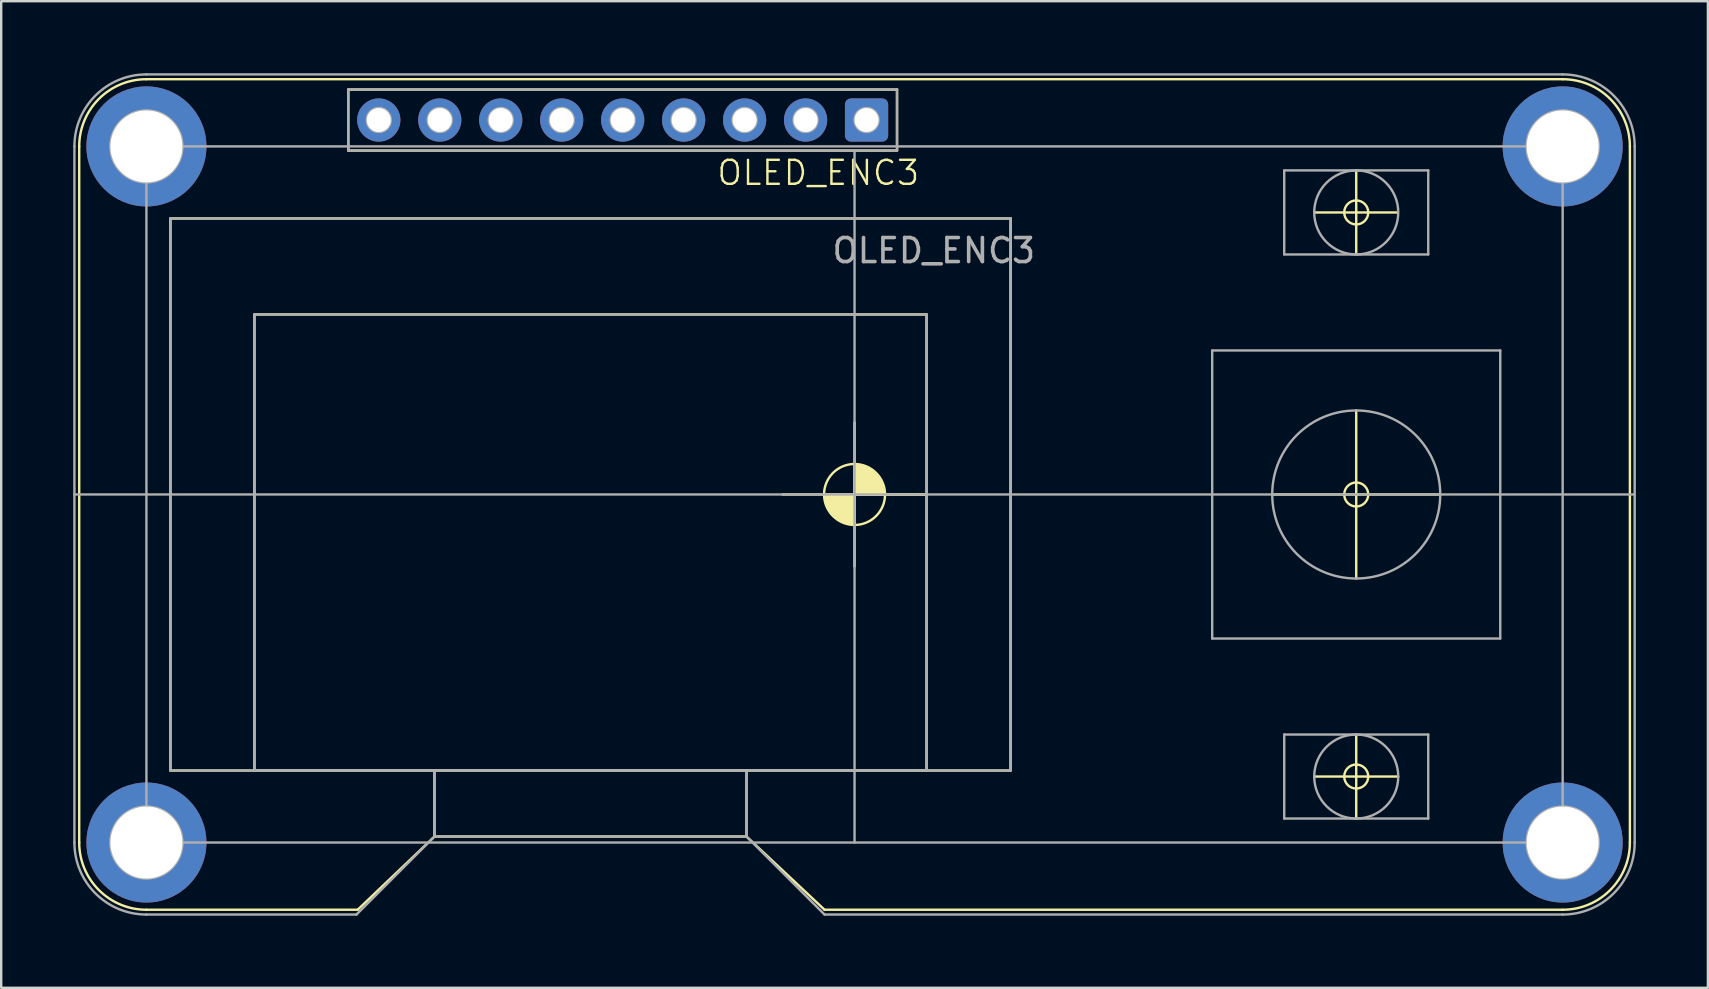
<source format=kicad_pcb>
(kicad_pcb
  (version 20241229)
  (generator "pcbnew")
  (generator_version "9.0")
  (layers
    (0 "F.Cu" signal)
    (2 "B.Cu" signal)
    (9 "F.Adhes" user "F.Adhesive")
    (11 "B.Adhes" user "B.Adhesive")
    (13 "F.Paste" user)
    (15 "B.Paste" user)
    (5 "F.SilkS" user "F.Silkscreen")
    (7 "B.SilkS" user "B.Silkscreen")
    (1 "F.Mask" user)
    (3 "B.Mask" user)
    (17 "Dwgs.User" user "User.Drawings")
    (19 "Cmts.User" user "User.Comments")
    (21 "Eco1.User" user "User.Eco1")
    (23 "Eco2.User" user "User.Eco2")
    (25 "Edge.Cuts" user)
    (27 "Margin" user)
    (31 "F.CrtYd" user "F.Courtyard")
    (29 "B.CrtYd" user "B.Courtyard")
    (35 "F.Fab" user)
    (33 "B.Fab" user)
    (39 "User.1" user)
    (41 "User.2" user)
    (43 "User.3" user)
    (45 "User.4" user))
  (footprint "OLED_ENC3"
    (layer "F.Cu")
    (at 32.55 17.55)
    (property "Reference" "OLED_ENC3" (at -1.51 -13.4 0) (unlocked yes) (layer "F.SilkS") (effects (font (size 1 1) (thickness 0.1))))
    (attr smd)
    (fp_line (start -32.3 -14.5) (end -32.3 14.5) (stroke (width 0.1) (type solid)) (layer "F.SilkS"))
    (fp_line (start -29.5 17.3) (end -20.7 17.3) (stroke (width 0.1) (type solid)) (layer "F.SilkS"))
    (fp_line (start -28.5 -11.5) (end -28.5 11.5) (stroke (width 0.1) (type default)) (layer "F.SilkS"))
    (fp_line (start -28.5 11.5) (end 6.5 11.5) (stroke (width 0.1) (type default)) (layer "F.SilkS"))
    (fp_line (start -25 -7.5) (end -25 11.5) (stroke (width 0.1) (type default)) (layer "F.SilkS"))
    (fp_line (start -25 11.5) (end 3 11.5) (stroke (width 0.1) (type default)) (layer "F.SilkS"))
    (fp_line (start -21.09 -16.87) (end -21.09 -14.33) (stroke (width 0.1) (type default)) (layer "F.SilkS"))
    (fp_line (start -21.09 -14.33) (end 1.27 -14.33) (stroke (width 0.1) (type default)) (layer "F.SilkS"))
    (fp_line (start -20.7 17.3) (end -17.5 14.25) (stroke (width 0.1) (type default)) (layer "F.SilkS"))
    (fp_line (start -17.5 14.25) (end -17.5 11.5) (stroke (width 0.1) (type default)) (layer "F.SilkS"))
    (fp_line (start -17.5 14.25) (end -4.5 14.25) (stroke (width 0.1) (type default)) (layer "F.SilkS"))
    (fp_line (start -4.5 14.25) (end -4.5 11.5) (stroke (width 0.1) (type default)) (layer "F.SilkS"))
    (fp_line (start -4.5 14.25) (end -1.25 17.3) (stroke (width 0.1) (type default)) (layer "F.SilkS"))
    (fp_line (start -1.25 17.3) (end 29.5 17.3) (stroke (width 0.1) (type default)) (layer "F.SilkS"))
    (fp_line (start 0 0) (end -2.997 0) (stroke (width 0.1) (type default)) (layer "F.SilkS"))
    (fp_line (start 0 0) (end 0 -2.997) (stroke (width 0.1) (type default)) (layer "F.SilkS"))
    (fp_line (start 0 0) (end 0 2.997) (stroke (width 0.1) (type default)) (layer "F.SilkS"))
    (fp_line (start 0 0) (end 2.997 0) (stroke (width 0.1) (type default)) (layer "F.SilkS"))
    (fp_line (start 1.77 -16.87) (end -21.09 -16.87) (stroke (width 0.1) (type default)) (layer "F.SilkS"))
    (fp_line (start 1.77 -14.33) (end 1.27 -14.33) (stroke (width 0.1) (type default)) (layer "F.SilkS"))
    (fp_line (start 1.77 -14.33) (end 1.77 -16.87) (stroke (width 0.1) (type default)) (layer "F.SilkS"))
    (fp_line (start 2.997 0) (end 0 0) (stroke (width 0.1) (type default)) (layer "F.SilkS"))
    (fp_line (start 3 -7.5) (end -25 -7.5) (stroke (width 0.1) (type default)) (layer "F.SilkS"))
    (fp_line (start 3 11.5) (end 3 -7.5) (stroke (width 0.1) (type default)) (layer "F.SilkS"))
    (fp_line (start 6.5 -11.5) (end -28.5 -11.5) (stroke (width 0.1) (type default)) (layer "F.SilkS"))
    (fp_line (start 6.5 11.5) (end 6.5 -11.5) (stroke (width 0.1) (type default)) (layer "F.SilkS"))
    (fp_line (start 20.9 -11.75) (end 19.15 -11.75) (stroke (width 0.1) (type default)) (layer "F.SilkS"))
    (fp_line (start 20.9 -11.75) (end 20.9 -13.5) (stroke (width 0.1) (type default)) (layer "F.SilkS"))
    (fp_line (start 20.9 -11.75) (end 20.9 -10) (stroke (width 0.1) (type default)) (layer "F.SilkS"))
    (fp_line (start 20.9 -11.75) (end 22.606 -11.75) (stroke (width 0.1) (type default)) (layer "F.SilkS"))
    (fp_line (start 20.9 0) (end 17.4 0) (stroke (width 0.1) (type default)) (layer "F.SilkS"))
    (fp_line (start 20.9 0) (end 20.9 -3.5) (stroke (width 0.1) (type default)) (layer "F.SilkS"))
    (fp_line (start 20.9 0) (end 20.9 3.5) (stroke (width 0.1) (type default)) (layer "F.SilkS"))
    (fp_line (start 20.9 0) (end 24.4 0) (stroke (width 0.1) (type default)) (layer "F.SilkS"))
    (fp_line (start 20.9 11.75) (end 19.15 11.75) (stroke (width 0.1) (type default)) (layer "F.SilkS"))
    (fp_line (start 20.9 11.75) (end 20.9 10) (stroke (width 0.1) (type default)) (layer "F.SilkS"))
    (fp_line (start 20.9 11.75) (end 20.9 13.5) (stroke (width 0.1) (type default)) (layer "F.SilkS"))
    (fp_line (start 20.9 11.75) (end 22.65 11.75) (stroke (width 0.1) (type default)) (layer "F.SilkS"))
    (fp_line (start 29.5 -17.3) (end -29.5 -17.3) (stroke (width 0.1) (type solid)) (layer "F.SilkS"))
    (fp_line (start 32.3 14.5) (end 32.3 -14.5) (stroke (width 0.1) (type solid)) (layer "F.SilkS"))
    (fp_arc (start -32.3 -14.5) (mid -31.479899 -16.479899) (end -29.5 -17.3) (stroke (width 0.1) (type solid)) (layer "F.SilkS"))
    (fp_arc (start -29.5 17.3) (mid -31.479899 16.479899) (end -32.3 14.5) (stroke (width 0.1) (type solid)) (layer "F.SilkS"))
    (fp_arc (start 29.5 -17.3) (mid 31.479899 -16.479899) (end 32.3 -14.5) (stroke (width 0.1) (type solid)) (layer "F.SilkS"))
    (fp_arc (start 32.3 14.5) (mid 31.479899 16.479899) (end 29.5 17.3) (stroke (width 0.1) (type solid)) (layer "F.SilkS"))
    (fp_circle (center 0 0) (end -1.27 0) (stroke (width 0.1) (type solid)) (fill no) (layer "F.SilkS"))
    (fp_circle (center 20.9 -11.75) (end 21.4 -11.75) (stroke (width 0.1) (type solid)) (fill no) (layer "F.SilkS"))
    (fp_circle (center 20.9 0) (end 21.4 0) (stroke (width 0.1) (type solid)) (fill no) (layer "F.SilkS"))
    (fp_circle (center 20.9 11.75) (end 21.4 11.75) (stroke (width 0.1) (type solid)) (fill no) (layer "F.SilkS"))
    (fp_poly (pts (xy 0 0) (xy 0 -1.27) (xy 0.584 -1.092) (xy 1.092 -0.584) (xy 1.27 0)) (stroke (width 0.1) (type solid)) (fill yes) (layer "F.SilkS"))
    (fp_poly (pts (xy 0 0) (xy 0 1.27) (xy -0.584 1.092) (xy -1.092 0.584) (xy -1.27 0)) (stroke (width 0.1) (type solid)) (fill yes) (layer "F.SilkS"))
    (fp_line (start -32.5 -14.5) (end -32.5 14.5) (stroke (width 0.1) (type solid)) (layer "F.Fab"))
    (fp_line (start -29.5 -14.5) (end -29.5 14.5) (stroke (width 0.1) (type default)) (layer "F.Fab"))
    (fp_line (start -29.5 14.5) (end 29.5 14.5) (stroke (width 0.1) (type default)) (layer "F.Fab"))
    (fp_line (start -29.5 17.5) (end -20.75 17.5) (stroke (width 0.1) (type solid)) (layer "F.Fab"))
    (fp_line (start -28.5 -11.5) (end -28.5 11.5) (stroke (width 0.1) (type default)) (layer "F.Fab"))
    (fp_line (start -28.5 11.5) (end 6.5 11.5) (stroke (width 0.1) (type default)) (layer "F.Fab"))
    (fp_line (start -25 -7.5) (end -25 11.5) (stroke (width 0.1) (type default)) (layer "F.Fab"))
    (fp_line (start -25 11.5) (end 3 11.5) (stroke (width 0.1) (type default)) (layer "F.Fab"))
    (fp_line (start -21.09 -16.87) (end -21.09 -14.33) (stroke (width 0.1) (type default)) (layer "F.Fab"))
    (fp_line (start -21.09 -14.33) (end 1.27 -14.33) (stroke (width 0.1) (type default)) (layer "F.Fab"))
    (fp_line (start -20.75 17.5) (end -17.5 14.25) (stroke (width 0.1) (type default)) (layer "F.Fab"))
    (fp_line (start -17.5 14.25) (end -17.5 11.5) (stroke (width 0.1) (type default)) (layer "F.Fab"))
    (fp_line (start -17.5 14.25) (end -4.5 14.25) (stroke (width 0.1) (type default)) (layer "F.Fab"))
    (fp_line (start -4.5 14.25) (end -4.5 11.5) (stroke (width 0.1) (type default)) (layer "F.Fab"))
    (fp_line (start -4.5 14.25) (end -1.25 17.5) (stroke (width 0.1) (type default)) (layer "F.Fab"))
    (fp_line (start -1.25 17.5) (end 29.5 17.5) (stroke (width 0.1) (type default)) (layer "F.Fab"))
    (fp_line (start 0 -14.33) (end 0 0) (stroke (width 0.1) (type default)) (layer "F.Fab"))
    (fp_line (start 0 0) (end -32.5 0) (stroke (width 0.1) (type default)) (layer "F.Fab"))
    (fp_line (start 0 0) (end 0 14.5) (stroke (width 0.1) (type default)) (layer "F.Fab"))
    (fp_line (start 0 0) (end 32.5 0) (stroke (width 0.1) (type default)) (layer "F.Fab"))
    (fp_line (start 1.77 -16.87) (end -21.09 -16.87) (stroke (width 0.1) (type default)) (layer "F.Fab"))
    (fp_line (start 1.77 -14.33) (end 1.27 -14.33) (stroke (width 0.1) (type default)) (layer "F.Fab"))
    (fp_line (start 1.77 -14.33) (end 1.77 -16.87) (stroke (width 0.1) (type default)) (layer "F.Fab"))
    (fp_line (start 3 -7.5) (end -25 -7.5) (stroke (width 0.1) (type default)) (layer "F.Fab"))
    (fp_line (start 3 11.5) (end 3 -7.5) (stroke (width 0.1) (type default)) (layer "F.Fab"))
    (fp_line (start 6.5 -11.5) (end -28.5 -11.5) (stroke (width 0.1) (type default)) (layer "F.Fab"))
    (fp_line (start 6.5 11.5) (end 6.5 -11.5) (stroke (width 0.1) (type default)) (layer "F.Fab"))
    (fp_line (start 14.9 -6) (end 14.9 6) (stroke (width 0.1) (type default)) (layer "F.Fab"))
    (fp_line (start 14.9 6) (end 26.9 6) (stroke (width 0.1) (type default)) (layer "F.Fab"))
    (fp_line (start 17.9 -13.5) (end 17.9 -10) (stroke (width 0.1) (type default)) (layer "F.Fab"))
    (fp_line (start 17.9 -10) (end 23.9 -10) (stroke (width 0.1) (type default)) (layer "F.Fab"))
    (fp_line (start 17.9 10) (end 17.9 13.5) (stroke (width 0.1) (type default)) (layer "F.Fab"))
    (fp_line (start 17.9 13.5) (end 23.9 13.5) (stroke (width 0.1) (type default)) (layer "F.Fab"))
    (fp_line (start 23.9 -13.5) (end 17.9 -13.5) (stroke (width 0.1) (type default)) (layer "F.Fab"))
    (fp_line (start 23.9 -10) (end 23.9 -13.5) (stroke (width 0.1) (type default)) (layer "F.Fab"))
    (fp_line (start 23.9 10) (end 17.9 10) (stroke (width 0.1) (type default)) (layer "F.Fab"))
    (fp_line (start 23.9 13.5) (end 23.9 10) (stroke (width 0.1) (type default)) (layer "F.Fab"))
    (fp_line (start 26.9 -6) (end 14.9 -6) (stroke (width 0.1) (type default)) (layer "F.Fab"))
    (fp_line (start 26.9 6) (end 26.9 -6) (stroke (width 0.1) (type default)) (layer "F.Fab"))
    (fp_line (start 29.5 -17.5) (end -29.5 -17.5) (stroke (width 0.1) (type solid)) (layer "F.Fab"))
    (fp_line (start 29.5 -14.5) (end -29.5 -14.5) (stroke (width 0.1) (type default)) (layer "F.Fab"))
    (fp_line (start 29.5 14.5) (end 29.5 -14.5) (stroke (width 0.1) (type default)) (layer "F.Fab"))
    (fp_line (start 32.5 14.5) (end 32.5 -14.5) (stroke (width 0.1) (type solid)) (layer "F.Fab"))
    (fp_arc (start -32.5 -14.5) (mid -31.62132 -16.62132) (end -29.5 -17.5) (stroke (width 0.1) (type solid)) (layer "F.Fab"))
    (fp_arc (start -29.5 17.5) (mid -31.62132 16.62132) (end -32.5 14.5) (stroke (width 0.1) (type solid)) (layer "F.Fab"))
    (fp_arc (start 29.5 -17.5) (mid 31.62132 -16.62132) (end 32.5 -14.5) (stroke (width 0.1) (type solid)) (layer "F.Fab"))
    (fp_arc (start 32.5 14.5) (mid 31.62132 16.62132) (end 29.5 17.5) (stroke (width 0.1) (type solid)) (layer "F.Fab"))
    (fp_circle (center -29.5 -14.5) (end -28 -14.5) (stroke (width 0.1) (type solid)) (fill no) (layer "F.Fab"))
    (fp_circle (center -29.5 14.5) (end -28 14.5) (stroke (width 0.1) (type solid)) (fill no) (layer "F.Fab"))
    (fp_circle (center -19.82 -15.6) (end -19.32 -15.6) (stroke (width 0.1) (type default)) (fill no) (layer "F.Fab"))
    (fp_circle (center -17.28 -15.6) (end -16.78 -15.6) (stroke (width 0.1) (type default)) (fill no) (layer "F.Fab"))
    (fp_circle (center -14.74 -15.6) (end -14.24 -15.6) (stroke (width 0.1) (type solid)) (fill no) (layer "F.Fab"))
    (fp_circle (center -12.2 -15.6) (end -11.7 -15.6) (stroke (width 0.1) (type solid)) (fill no) (layer "F.Fab"))
    (fp_circle (center -9.66 -15.6) (end -9.16 -15.6) (stroke (width 0.1) (type solid)) (fill no) (layer "F.Fab"))
    (fp_circle (center -7.12 -15.6) (end -6.62 -15.6) (stroke (width 0.1) (type solid)) (fill no) (layer "F.Fab"))
    (fp_circle (center -4.58 -15.6) (end -4.08 -15.6) (stroke (width 0.1) (type solid)) (fill no) (layer "F.Fab"))
    (fp_circle (center -2.04 -15.6) (end -1.54 -15.6) (stroke (width 0.1) (type solid)) (fill no) (layer "F.Fab"))
    (fp_circle (center 0.5 -15.6) (end 1 -15.6) (stroke (width 0.1) (type solid)) (fill no) (layer "F.Fab"))
    (fp_circle (center 20.9 -11.75) (end 22.65 -11.75) (stroke (width 0.1) (type solid)) (fill no) (layer "F.Fab"))
    (fp_circle (center 20.9 0) (end 24.4 0) (stroke (width 0.1) (type solid)) (fill no) (layer "F.Fab"))
    (fp_circle (center 20.9 11.75) (end 22.65 11.75) (stroke (width 0.1) (type solid)) (fill no) (layer "F.Fab"))
    (fp_circle (center 29.5 -14.5) (end 31 -14.5) (stroke (width 0.1) (type solid)) (fill no) (layer "F.Fab"))
    (fp_circle (center 29.5 14.5) (end 31 14.5) (stroke (width 0.1) (type solid)) (fill no) (layer "F.Fab"))
    (fp_text user "${REFERENCE}" (at 3.302 -10.16 0) (unlocked yes) (layer "F.Fab") (effects (font (size 1 1) (thickness 0.15))))
    (pad "" thru_hole circle (at -29.5 -14.5) (size 5 5) (drill 3) (layers "*.Cu" "*.Mask"))
    (pad "" thru_hole circle (at -29.5 14.5) (size 5 5) (drill 3) (layers "*.Cu" "*.Mask"))
    (pad "" thru_hole circle (at 29.5 -14.5) (size 5 5) (drill 3) (layers "*.Cu" "*.Mask"))
    (pad "" thru_hole circle (at 29.5 14.5) (size 5 5) (drill 3) (layers "*.Cu" "*.Mask"))
    (pad "1" thru_hole roundrect (at 0.5 -15.6) (size 1.8 1.8) (drill 1) (layers "*.Cu" "*.Mask") (roundrect_rratio 0.139))
    (pad "2" thru_hole circle (at -2.04 -15.6) (size 1.8 1.8) (drill 1) (layers "*.Cu" "*.Mask"))
    (pad "3" thru_hole circle (at -4.58 -15.6) (size 1.8 1.8) (drill 1) (layers "*.Cu" "*.Mask"))
    (pad "4" thru_hole circle (at -7.12 -15.6) (size 1.8 1.8) (drill 1) (layers "*.Cu" "*.Mask"))
    (pad "5" thru_hole circle (at -9.66 -15.6) (size 1.8 1.8) (drill 1) (layers "*.Cu" "*.Mask"))
    (pad "6" thru_hole circle (at -12.2 -15.6) (size 1.8 1.8) (drill 1) (layers "*.Cu" "*.Mask"))
    (pad "7" thru_hole circle (at -14.74 -15.6) (size 1.8 1.8) (drill 1) (layers "*.Cu" "*.Mask"))
    (pad "8" thru_hole circle (at -17.28 -15.6) (size 1.8 1.8) (drill 1) (layers "*.Cu" "*.Mask"))
    (pad "9" thru_hole circle (at -19.82 -15.6) (size 1.8 1.8) (drill 1) (layers "*.Cu" "*.Mask")))
  (gr_rect
    (start -3 -3)
    (end 68.1 38.1)
    (stroke (width 0.1) (type default))
    (fill no)
    (layer "Edge.Cuts")))
</source>
